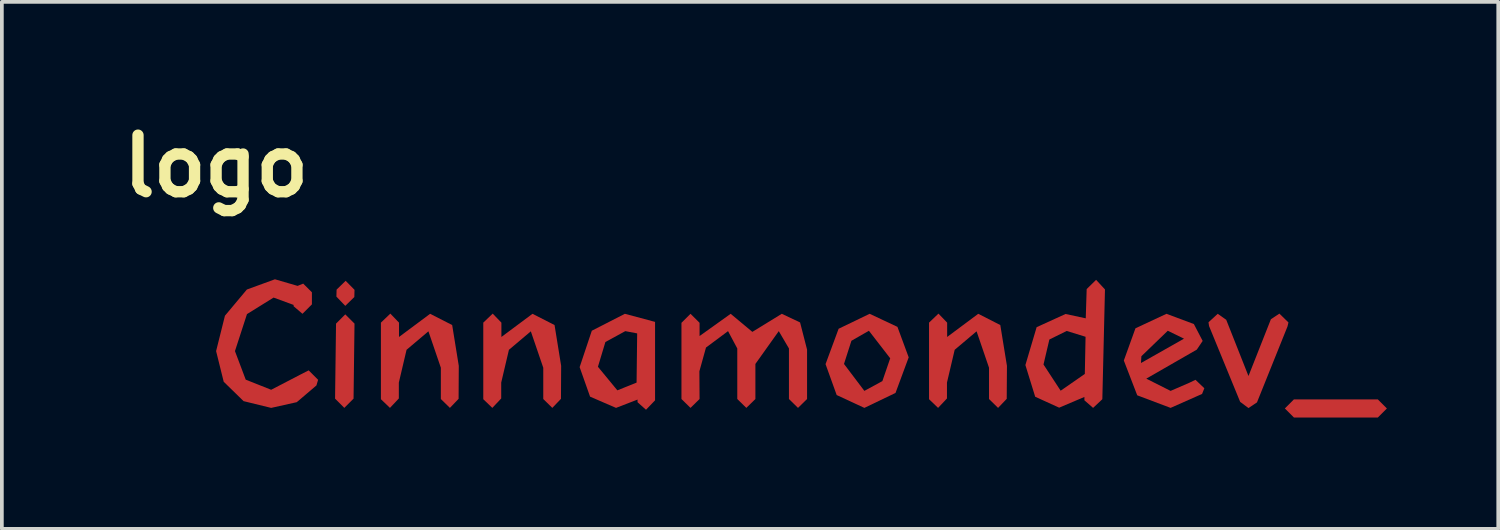
<source format=kicad_pcb>
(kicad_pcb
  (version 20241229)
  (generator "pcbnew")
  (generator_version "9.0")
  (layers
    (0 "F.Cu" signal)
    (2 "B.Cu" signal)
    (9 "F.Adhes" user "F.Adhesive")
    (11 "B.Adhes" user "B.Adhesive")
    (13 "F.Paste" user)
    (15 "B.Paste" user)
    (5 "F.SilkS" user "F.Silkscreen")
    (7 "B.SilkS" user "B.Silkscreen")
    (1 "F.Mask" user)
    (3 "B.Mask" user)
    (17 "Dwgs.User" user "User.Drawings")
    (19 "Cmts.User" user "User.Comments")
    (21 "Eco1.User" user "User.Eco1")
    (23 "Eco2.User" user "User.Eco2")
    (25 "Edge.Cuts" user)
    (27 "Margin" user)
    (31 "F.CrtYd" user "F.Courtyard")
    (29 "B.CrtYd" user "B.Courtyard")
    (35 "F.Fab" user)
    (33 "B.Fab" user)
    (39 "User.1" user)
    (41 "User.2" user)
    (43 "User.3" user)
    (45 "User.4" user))
  (footprint "logo"
    (layer "F.Cu")
    (at 2.772 4.474)
    (property "Reference" "logo" (at 0 -3.048 0) (layer "F.SilkS") (effects (font (size 1.524 1.524) (thickness 0.305))))
    (attr exclude_from_pos_files exclude_from_bom)
    (fp_poly (pts (xy 3.454 3.465) (xy 3.703 3.216) (xy 3.729 1.194) (xy 3.48 0.945) (xy 3.231 1.194) (xy 3.205 3.216) (xy 3.454 3.465)) (stroke (width 0) (type solid)) (fill yes) (layer "F.Cu"))
    (fp_poly (pts (xy 3.48 0.716) (xy 3.724 0.478) (xy 3.729 0.284) (xy 3.49 0.041) (xy 3.246 0.279) (xy 3.241 0.467) (xy 3.48 0.716)) (stroke (width 0) (type solid)) (fill yes) (layer "F.Cu"))
    (fp_poly (pts (xy 29.037 3.724) (xy 31.298 3.724) (xy 31.542 3.48) (xy 31.298 3.236) (xy 29.037 3.236) (xy 28.793 3.48) (xy 29.037 3.724)) (stroke (width 0) (type solid)) (fill yes) (layer "F.Cu"))
    (fp_poly (pts (xy 27.813 3.47) (xy 28.042 3.317) (xy 28.865 1.27) (xy 28.89 1.163) (xy 28.646 0.925) (xy 28.417 1.077) (xy 27.813 2.606) (xy 27.214 1.092) (xy 26.985 0.93) (xy 26.736 1.158) (xy 26.751 1.26) (xy 27.589 3.302) (xy 27.813 3.47)) (stroke (width 0) (type solid)) (fill yes) (layer "F.Cu"))
    (fp_poly (pts (xy 17.465 3.465) (xy 17.465 3.007) (xy 16.916 2.281) (xy 17.116 1.657) (xy 17.587 1.387) (xy 18.161 2.129) (xy 17.95 2.743) (xy 17.465 3.007) (xy 17.465 3.465) (xy 18.304 3.062) (xy 18.659 2.103) (xy 18.356 1.282) (xy 17.607 0.93) (xy 16.771 1.333) (xy 16.419 2.286) (xy 16.719 3.119) (xy 17.465 3.465)) (stroke (width 0) (type solid)) (fill yes) (layer "F.Cu"))
    (fp_poly (pts (xy 4.684 3.465) (xy 4.923 3.211) (xy 4.923 2.784) (xy 5.131 1.9) (xy 5.72 1.402) (xy 6.055 2.383) (xy 6.055 3.226) (xy 6.299 3.465) (xy 6.533 3.221) (xy 6.538 2.332) (xy 6.36 1.233) (xy 5.766 0.93) (xy 4.928 1.554) (xy 4.928 1.168) (xy 4.694 0.925) (xy 4.44 1.168) (xy 4.44 3.231) (xy 4.684 3.465) (xy 4.684 3.465)) (stroke (width 0) (type solid)) (fill yes) (layer "F.Cu"))
    (fp_poly (pts (xy 7.442 3.465) (xy 7.681 3.211) (xy 7.681 2.784) (xy 7.889 1.9) (xy 8.479 1.402) (xy 8.814 2.383) (xy 8.814 3.226) (xy 9.058 3.465) (xy 9.291 3.221) (xy 9.296 2.332) (xy 9.118 1.233) (xy 8.524 0.93) (xy 7.686 1.554) (xy 7.686 1.168) (xy 7.452 0.925) (xy 7.198 1.168) (xy 7.198 3.231) (xy 7.442 3.465) (xy 7.442 3.465)) (stroke (width 0) (type solid)) (fill yes) (layer "F.Cu"))
    (fp_poly (pts (xy 19.451 3.465) (xy 19.69 3.211) (xy 19.69 2.784) (xy 19.898 1.9) (xy 20.488 1.402) (xy 20.823 2.383) (xy 20.823 3.226) (xy 21.067 3.465) (xy 21.3 3.221) (xy 21.306 2.332) (xy 21.127 1.233) (xy 20.533 0.93) (xy 19.695 1.554) (xy 19.695 1.168) (xy 19.461 0.925) (xy 19.207 1.168) (xy 19.207 3.231) (xy 19.451 3.465) (xy 19.451 3.465)) (stroke (width 0) (type solid)) (fill yes) (layer "F.Cu"))
    (fp_poly (pts (xy 11.582 3.515) (xy 11.826 3.261) (xy 11.826 1.148) (xy 11.013 0.93) (xy 10.122 1.386) (xy 9.794 2.367) (xy 10.075 3.162) (xy 10.775 3.465) (xy 10.81 3.451) (xy 10.81 2.992) (xy 10.287 2.357) (xy 10.488 1.69) (xy 11.024 1.397) (xy 11.344 1.458) (xy 11.328 2.784) (xy 10.81 2.992) (xy 10.81 3.451) (xy 11.354 3.241) (xy 11.354 3.312) (xy 11.582 3.515)) (stroke (width 0) (type solid)) (fill yes) (layer "F.Cu"))
    (fp_poly (pts (xy 25.715 3.465) (xy 26.563 3.089) (xy 26.624 2.936) (xy 26.385 2.708) (xy 26.218 2.789) (xy 25.715 3.007) (xy 25.06 2.677) (xy 26.421 1.895) (xy 26.579 1.661) (xy 26.342 1.206) (xy 25.603 0.93) (xy 24.768 1.321) (xy 24.455 2.189) (xy 24.816 3.126) (xy 24.917 3.164) (xy 24.917 2.256) (xy 24.928 2.073) (xy 25.639 1.387) (xy 26.076 1.6) (xy 24.917 2.256) (xy 24.917 3.164) (xy 25.715 3.465)) (stroke (width 0) (type solid)) (fill yes) (layer "F.Cu"))
    (fp_poly (pts (xy 22.713 3.459) (xy 22.753 3.442) (xy 22.753 3.002) (xy 22.291 2.296) (xy 22.449 1.623) (xy 22.916 1.392) (xy 23.424 1.549) (xy 23.404 2.55) (xy 22.753 3.002) (xy 22.753 3.442) (xy 23.393 3.17) (xy 23.393 3.261) (xy 23.627 3.465) (xy 23.876 3.231) (xy 23.947 0.274) (xy 23.708 0.015) (xy 23.454 0.264) (xy 23.429 1.052) (xy 22.885 0.935) (xy 22.106 1.29) (xy 21.803 2.311) (xy 22.067 3.165) (xy 22.713 3.459)) (stroke (width 0) (type solid)) (fill yes) (layer "F.Cu"))
    (fp_poly (pts (xy 1.483 3.465) (xy 2.173 3.311) (xy 2.703 2.86) (xy 2.748 2.708) (xy 2.494 2.454) (xy 2.296 2.555) (xy 1.483 2.977) (xy 0.798 2.704) (xy 0.508 1.935) (xy 0.832 0.938) (xy 1.549 0.493) (xy 2.088 0.691) (xy 2.088 0.726) (xy 2.327 0.93) (xy 2.581 0.676) (xy 2.581 0.351) (xy 2.347 0.117) (xy 2.195 0.178) (xy 1.585 0) (xy 0.829 0.276) (xy 0.238 0.982) (xy 0 1.935) (xy 0.205 2.761) (xy 0.74 3.283) (xy 1.483 3.465)) (stroke (width 0) (type solid)) (fill yes) (layer "F.Cu"))
    (fp_poly (pts (xy 12.781 3.465) (xy 13.025 3.226) (xy 13.02 2.479) (xy 13.198 1.839) (xy 13.792 1.397) (xy 14.041 1.864) (xy 14.041 3.226) (xy 14.285 3.465) (xy 14.529 3.226) (xy 14.529 2.281) (xy 15.159 1.397) (xy 15.433 1.864) (xy 15.433 3.226) (xy 15.677 3.465) (xy 15.921 3.226) (xy 15.921 1.895) (xy 15.733 1.163) (xy 15.24 0.93) (xy 14.447 1.417) (xy 13.863 0.93) (xy 13.025 1.529) (xy 13.025 1.173) (xy 12.781 0.93) (xy 12.537 1.173) (xy 12.537 3.226) (xy 12.781 3.465) (xy 12.781 3.465)) (stroke (width 0) (type solid)) (fill yes) (layer "F.Cu"))
    (fp_poly (pts (xy 3.454 3.465) (xy 3.703 3.216) (xy 3.729 1.194) (xy 3.48 0.945) (xy 3.231 1.194) (xy 3.205 3.216) (xy 3.454 3.465)) (stroke (width 0) (type solid)) (fill yes) (layer "F.Mask"))
    (fp_poly (pts (xy 3.48 0.716) (xy 3.724 0.478) (xy 3.729 0.284) (xy 3.49 0.041) (xy 3.246 0.279) (xy 3.241 0.467) (xy 3.48 0.716)) (stroke (width 0) (type solid)) (fill yes) (layer "F.Mask"))
    (fp_poly (pts (xy 29.037 3.724) (xy 31.298 3.724) (xy 31.542 3.48) (xy 31.298 3.236) (xy 29.037 3.236) (xy 28.793 3.48) (xy 29.037 3.724)) (stroke (width 0) (type solid)) (fill yes) (layer "F.Mask"))
    (fp_poly (pts (xy 27.813 3.47) (xy 28.042 3.317) (xy 28.865 1.27) (xy 28.89 1.163) (xy 28.646 0.925) (xy 28.417 1.077) (xy 27.813 2.606) (xy 27.214 1.092) (xy 26.985 0.93) (xy 26.736 1.158) (xy 26.751 1.26) (xy 27.589 3.302) (xy 27.813 3.47)) (stroke (width 0) (type solid)) (fill yes) (layer "F.Mask"))
    (fp_poly (pts (xy 17.465 3.465) (xy 17.465 3.007) (xy 16.916 2.281) (xy 17.116 1.657) (xy 17.587 1.387) (xy 18.161 2.129) (xy 17.95 2.743) (xy 17.465 3.007) (xy 17.465 3.465) (xy 18.304 3.062) (xy 18.659 2.103) (xy 18.356 1.282) (xy 17.607 0.93) (xy 16.771 1.333) (xy 16.419 2.286) (xy 16.719 3.119) (xy 17.465 3.465)) (stroke (width 0) (type solid)) (fill yes) (layer "F.Mask"))
    (fp_poly (pts (xy 4.684 3.465) (xy 4.923 3.211) (xy 4.923 2.784) (xy 5.131 1.9) (xy 5.72 1.402) (xy 6.055 2.383) (xy 6.055 3.226) (xy 6.299 3.465) (xy 6.533 3.221) (xy 6.538 2.332) (xy 6.36 1.233) (xy 5.766 0.93) (xy 4.928 1.554) (xy 4.928 1.168) (xy 4.694 0.925) (xy 4.44 1.168) (xy 4.44 3.231) (xy 4.684 3.465) (xy 4.684 3.465)) (stroke (width 0) (type solid)) (fill yes) (layer "F.Mask"))
    (fp_poly (pts (xy 7.442 3.465) (xy 7.681 3.211) (xy 7.681 2.784) (xy 7.889 1.9) (xy 8.479 1.402) (xy 8.814 2.383) (xy 8.814 3.226) (xy 9.058 3.465) (xy 9.291 3.221) (xy 9.296 2.332) (xy 9.118 1.233) (xy 8.524 0.93) (xy 7.686 1.554) (xy 7.686 1.168) (xy 7.452 0.925) (xy 7.198 1.168) (xy 7.198 3.231) (xy 7.442 3.465) (xy 7.442 3.465)) (stroke (width 0) (type solid)) (fill yes) (layer "F.Mask"))
    (fp_poly (pts (xy 19.451 3.465) (xy 19.69 3.211) (xy 19.69 2.784) (xy 19.898 1.9) (xy 20.488 1.402) (xy 20.823 2.383) (xy 20.823 3.226) (xy 21.067 3.465) (xy 21.3 3.221) (xy 21.306 2.332) (xy 21.127 1.233) (xy 20.533 0.93) (xy 19.695 1.554) (xy 19.695 1.168) (xy 19.461 0.925) (xy 19.207 1.168) (xy 19.207 3.231) (xy 19.451 3.465) (xy 19.451 3.465)) (stroke (width 0) (type solid)) (fill yes) (layer "F.Mask"))
    (fp_poly (pts (xy 11.582 3.515) (xy 11.826 3.261) (xy 11.826 1.148) (xy 11.013 0.93) (xy 10.122 1.386) (xy 9.794 2.367) (xy 10.075 3.162) (xy 10.775 3.465) (xy 10.81 3.451) (xy 10.81 2.992) (xy 10.287 2.357) (xy 10.488 1.69) (xy 11.024 1.397) (xy 11.344 1.458) (xy 11.328 2.784) (xy 10.81 2.992) (xy 10.81 3.451) (xy 11.354 3.241) (xy 11.354 3.312) (xy 11.582 3.515)) (stroke (width 0) (type solid)) (fill yes) (layer "F.Mask"))
    (fp_poly (pts (xy 25.715 3.465) (xy 26.563 3.089) (xy 26.624 2.936) (xy 26.385 2.708) (xy 26.218 2.789) (xy 25.715 3.007) (xy 25.06 2.677) (xy 26.421 1.895) (xy 26.579 1.661) (xy 26.342 1.206) (xy 25.603 0.93) (xy 24.768 1.321) (xy 24.455 2.189) (xy 24.816 3.126) (xy 24.917 3.164) (xy 24.917 2.256) (xy 24.928 2.073) (xy 25.639 1.387) (xy 26.076 1.6) (xy 24.917 2.256) (xy 24.917 3.164) (xy 25.715 3.465)) (stroke (width 0) (type solid)) (fill yes) (layer "F.Mask"))
    (fp_poly (pts (xy 22.713 3.459) (xy 22.753 3.442) (xy 22.753 3.002) (xy 22.291 2.296) (xy 22.449 1.623) (xy 22.916 1.392) (xy 23.424 1.549) (xy 23.404 2.55) (xy 22.753 3.002) (xy 22.753 3.442) (xy 23.393 3.17) (xy 23.393 3.261) (xy 23.627 3.465) (xy 23.876 3.231) (xy 23.947 0.274) (xy 23.708 0.015) (xy 23.454 0.264) (xy 23.429 1.052) (xy 22.885 0.935) (xy 22.106 1.29) (xy 21.803 2.311) (xy 22.067 3.165) (xy 22.713 3.459)) (stroke (width 0) (type solid)) (fill yes) (layer "F.Mask"))
    (fp_poly (pts (xy 1.483 3.465) (xy 2.173 3.311) (xy 2.703 2.86) (xy 2.748 2.708) (xy 2.494 2.454) (xy 2.296 2.555) (xy 1.483 2.977) (xy 0.798 2.704) (xy 0.508 1.935) (xy 0.832 0.938) (xy 1.549 0.493) (xy 2.088 0.691) (xy 2.088 0.726) (xy 2.327 0.93) (xy 2.581 0.676) (xy 2.581 0.351) (xy 2.347 0.117) (xy 2.195 0.178) (xy 1.585 0) (xy 0.829 0.276) (xy 0.238 0.982) (xy 0 1.935) (xy 0.205 2.761) (xy 0.74 3.283) (xy 1.483 3.465)) (stroke (width 0) (type solid)) (fill yes) (layer "F.Mask"))
    (fp_poly (pts (xy 12.781 3.465) (xy 13.025 3.226) (xy 13.02 2.479) (xy 13.198 1.839) (xy 13.792 1.397) (xy 14.041 1.864) (xy 14.041 3.226) (xy 14.285 3.465) (xy 14.529 3.226) (xy 14.529 2.281) (xy 15.159 1.397) (xy 15.433 1.864) (xy 15.433 3.226) (xy 15.677 3.465) (xy 15.921 3.226) (xy 15.921 1.895) (xy 15.733 1.163) (xy 15.24 0.93) (xy 14.447 1.417) (xy 13.863 0.93) (xy 13.025 1.529) (xy 13.025 1.173) (xy 12.781 0.93) (xy 12.537 1.173) (xy 12.537 3.226) (xy 12.781 3.465) (xy 12.781 3.465)) (stroke (width 0) (type solid)) (fill yes) (layer "F.Mask")))
  (gr_rect
    (start -3 -3)
    (end 37.314 11.198)
    (stroke (width 0.1) (type default))
    (fill no)
    (layer "Edge.Cuts")))
</source>
